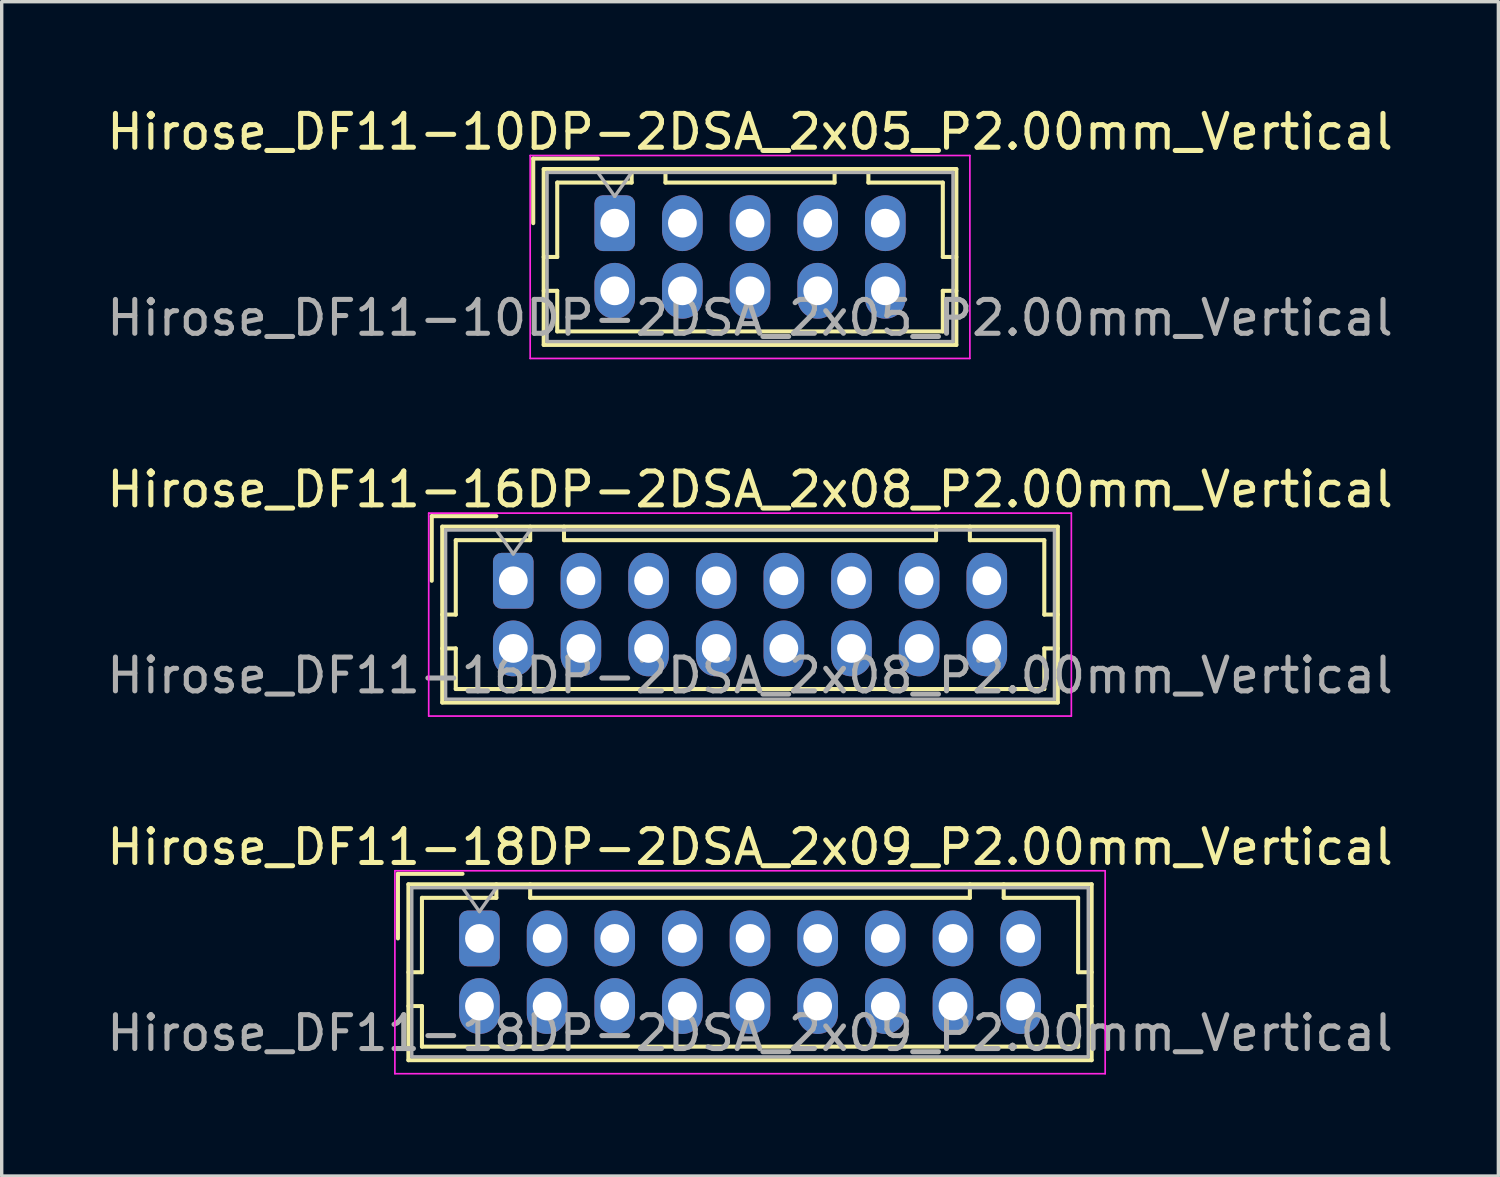
<source format=kicad_pcb>
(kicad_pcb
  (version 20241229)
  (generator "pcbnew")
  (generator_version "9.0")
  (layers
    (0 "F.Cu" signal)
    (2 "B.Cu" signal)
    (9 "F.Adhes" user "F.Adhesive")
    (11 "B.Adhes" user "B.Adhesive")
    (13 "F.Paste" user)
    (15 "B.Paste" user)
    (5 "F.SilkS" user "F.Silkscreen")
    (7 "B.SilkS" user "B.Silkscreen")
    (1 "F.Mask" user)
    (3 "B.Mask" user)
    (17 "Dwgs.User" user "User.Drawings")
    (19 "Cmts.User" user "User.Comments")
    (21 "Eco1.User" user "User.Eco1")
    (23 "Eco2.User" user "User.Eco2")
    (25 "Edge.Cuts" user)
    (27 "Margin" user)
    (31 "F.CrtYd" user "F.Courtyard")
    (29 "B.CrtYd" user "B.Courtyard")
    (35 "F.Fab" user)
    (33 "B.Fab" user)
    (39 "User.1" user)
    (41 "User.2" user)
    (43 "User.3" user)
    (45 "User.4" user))
  (footprint "Hirose_DF11-18DP-2DSA_2x09_P2.00mm_Vertical"
    (layer "F.Cu")
    (at 11.125 24.695)
    (property "Reference" "Hirose_DF11-18DP-2DSA_2x09_P2.00mm_Vertical" (at 8 -2.7 0) (layer "F.SilkS") (effects (font (size 1 1) (thickness 0.15))))
    (attr through_hole)
    (fp_line (start -2.41 -1.91) (end -0.5 -1.91) (stroke (width 0.12) (type solid)) (layer "F.SilkS"))
    (fp_line (start -2.41 0) (end -2.41 -1.91) (stroke (width 0.12) (type solid)) (layer "F.SilkS"))
    (fp_line (start -2.1 -1.6) (end -2.1 3.6) (stroke (width 0.12) (type solid)) (layer "F.SilkS"))
    (fp_line (start -2.1 1) (end -1.7 1) (stroke (width 0.12) (type solid)) (layer "F.SilkS"))
    (fp_line (start -2.1 2) (end -1.7 2) (stroke (width 0.12) (type solid)) (layer "F.SilkS"))
    (fp_line (start -2.1 3.6) (end 18.1 3.6) (stroke (width 0.12) (type solid)) (layer "F.SilkS"))
    (fp_line (start -1.7 -1.2) (end 0.5 -1.2) (stroke (width 0.12) (type solid)) (layer "F.SilkS"))
    (fp_line (start -1.7 1) (end -1.7 -1.2) (stroke (width 0.12) (type solid)) (layer "F.SilkS"))
    (fp_line (start -1.7 2) (end -1.7 3.2) (stroke (width 0.12) (type solid)) (layer "F.SilkS"))
    (fp_line (start -1.7 3.2) (end 17.7 3.2) (stroke (width 0.12) (type solid)) (layer "F.SilkS"))
    (fp_line (start 0.5 -1.2) (end 0.5 -1.6) (stroke (width 0.12) (type solid)) (layer "F.SilkS"))
    (fp_line (start 1.5 -1.6) (end 1.5 -1.2) (stroke (width 0.12) (type solid)) (layer "F.SilkS"))
    (fp_line (start 1.5 -1.2) (end 14.5 -1.2) (stroke (width 0.12) (type solid)) (layer "F.SilkS"))
    (fp_line (start 14.5 -1.2) (end 14.5 -1.6) (stroke (width 0.12) (type solid)) (layer "F.SilkS"))
    (fp_line (start 15.5 -1.2) (end 15.5 -1.6) (stroke (width 0.12) (type solid)) (layer "F.SilkS"))
    (fp_line (start 17.7 -1.2) (end 15.5 -1.2) (stroke (width 0.12) (type solid)) (layer "F.SilkS"))
    (fp_line (start 17.7 1) (end 17.7 -1.2) (stroke (width 0.12) (type solid)) (layer "F.SilkS"))
    (fp_line (start 17.7 2) (end 18.1 2) (stroke (width 0.12) (type solid)) (layer "F.SilkS"))
    (fp_line (start 17.7 3.2) (end 17.7 2) (stroke (width 0.12) (type solid)) (layer "F.SilkS"))
    (fp_line (start 18.1 -1.6) (end -2.1 -1.6) (stroke (width 0.12) (type solid)) (layer "F.SilkS"))
    (fp_line (start 18.1 1) (end 17.7 1) (stroke (width 0.12) (type solid)) (layer "F.SilkS"))
    (fp_line (start 18.1 3.6) (end 18.1 -1.6) (stroke (width 0.12) (type solid)) (layer "F.SilkS"))
    (fp_line (start -2.5 -2) (end -2.5 4) (stroke (width 0.05) (type solid)) (layer "F.CrtYd"))
    (fp_line (start -2.5 4) (end 18.5 4) (stroke (width 0.05) (type solid)) (layer "F.CrtYd"))
    (fp_line (start 18.5 -2) (end -2.5 -2) (stroke (width 0.05) (type solid)) (layer "F.CrtYd"))
    (fp_line (start 18.5 4) (end 18.5 -2) (stroke (width 0.05) (type solid)) (layer "F.CrtYd"))
    (fp_line (start -2 -1.5) (end -2 3.5) (stroke (width 0.1) (type solid)) (layer "F.Fab"))
    (fp_line (start -2 3.5) (end 18 3.5) (stroke (width 0.1) (type solid)) (layer "F.Fab"))
    (fp_line (start -0.5 -1.5) (end 0 -0.793) (stroke (width 0.1) (type solid)) (layer "F.Fab"))
    (fp_line (start 0 -0.793) (end 0.5 -1.5) (stroke (width 0.1) (type solid)) (layer "F.Fab"))
    (fp_line (start 18 -1.5) (end -2 -1.5) (stroke (width 0.1) (type solid)) (layer "F.Fab"))
    (fp_line (start 18 3.5) (end 18 -1.5) (stroke (width 0.1) (type solid)) (layer "F.Fab"))
    (fp_text user "${REFERENCE}" (at 8 2.8 0) (layer "F.Fab") (effects (font (size 1 1) (thickness 0.15))))
    (pad "1" thru_hole roundrect (at 0 0) (size 1.2 1.65) (drill 0.85) (layers "*.Cu" "*.Mask") (roundrect_rratio 0.208))
    (pad "2" thru_hole oval (at 0 2) (size 1.2 1.65) (drill 0.85) (layers "*.Cu" "*.Mask"))
    (pad "3" thru_hole oval (at 2 0) (size 1.2 1.65) (drill 0.85) (layers "*.Cu" "*.Mask"))
    (pad "4" thru_hole oval (at 2 2) (size 1.2 1.65) (drill 0.85) (layers "*.Cu" "*.Mask"))
    (pad "5" thru_hole oval (at 4 0) (size 1.2 1.65) (drill 0.85) (layers "*.Cu" "*.Mask"))
    (pad "6" thru_hole oval (at 4 2) (size 1.2 1.65) (drill 0.85) (layers "*.Cu" "*.Mask"))
    (pad "7" thru_hole oval (at 6 0) (size 1.2 1.65) (drill 0.85) (layers "*.Cu" "*.Mask"))
    (pad "8" thru_hole oval (at 6 2) (size 1.2 1.65) (drill 0.85) (layers "*.Cu" "*.Mask"))
    (pad "9" thru_hole oval (at 8 0) (size 1.2 1.65) (drill 0.85) (layers "*.Cu" "*.Mask"))
    (pad "10" thru_hole oval (at 8 2) (size 1.2 1.65) (drill 0.85) (layers "*.Cu" "*.Mask"))
    (pad "11" thru_hole oval (at 10 0) (size 1.2 1.65) (drill 0.85) (layers "*.Cu" "*.Mask"))
    (pad "12" thru_hole oval (at 10 2) (size 1.2 1.65) (drill 0.85) (layers "*.Cu" "*.Mask"))
    (pad "13" thru_hole oval (at 12 0) (size 1.2 1.65) (drill 0.85) (layers "*.Cu" "*.Mask"))
    (pad "14" thru_hole oval (at 12 2) (size 1.2 1.65) (drill 0.85) (layers "*.Cu" "*.Mask"))
    (pad "15" thru_hole oval (at 14 0) (size 1.2 1.65) (drill 0.85) (layers "*.Cu" "*.Mask"))
    (pad "16" thru_hole oval (at 14 2) (size 1.2 1.65) (drill 0.85) (layers "*.Cu" "*.Mask"))
    (pad "17" thru_hole oval (at 16 0) (size 1.2 1.65) (drill 0.85) (layers "*.Cu" "*.Mask"))
    (pad "18" thru_hole oval (at 16 2) (size 1.2 1.65) (drill 0.85) (layers "*.Cu" "*.Mask")))
  (footprint "Hirose_DF11-10DP-2DSA_2x05_P2.00mm_Vertical"
    (layer "F.Cu")
    (at 15.125 3.548)
    (property "Reference" "Hirose_DF11-10DP-2DSA_2x05_P2.00mm_Vertical" (at 4 -2.7 0) (layer "F.SilkS") (effects (font (size 1 1) (thickness 0.15))))
    (attr through_hole)
    (fp_line (start -2.41 -1.91) (end -0.5 -1.91) (stroke (width 0.12) (type solid)) (layer "F.SilkS"))
    (fp_line (start -2.41 0) (end -2.41 -1.91) (stroke (width 0.12) (type solid)) (layer "F.SilkS"))
    (fp_line (start -2.1 -1.6) (end -2.1 3.6) (stroke (width 0.12) (type solid)) (layer "F.SilkS"))
    (fp_line (start -2.1 1) (end -1.7 1) (stroke (width 0.12) (type solid)) (layer "F.SilkS"))
    (fp_line (start -2.1 2) (end -1.7 2) (stroke (width 0.12) (type solid)) (layer "F.SilkS"))
    (fp_line (start -2.1 3.6) (end 10.1 3.6) (stroke (width 0.12) (type solid)) (layer "F.SilkS"))
    (fp_line (start -1.7 -1.2) (end 0.5 -1.2) (stroke (width 0.12) (type solid)) (layer "F.SilkS"))
    (fp_line (start -1.7 1) (end -1.7 -1.2) (stroke (width 0.12) (type solid)) (layer "F.SilkS"))
    (fp_line (start -1.7 2) (end -1.7 3.2) (stroke (width 0.12) (type solid)) (layer "F.SilkS"))
    (fp_line (start -1.7 3.2) (end 9.7 3.2) (stroke (width 0.12) (type solid)) (layer "F.SilkS"))
    (fp_line (start 0.5 -1.2) (end 0.5 -1.6) (stroke (width 0.12) (type solid)) (layer "F.SilkS"))
    (fp_line (start 1.5 -1.6) (end 1.5 -1.2) (stroke (width 0.12) (type solid)) (layer "F.SilkS"))
    (fp_line (start 1.5 -1.2) (end 6.5 -1.2) (stroke (width 0.12) (type solid)) (layer "F.SilkS"))
    (fp_line (start 6.5 -1.2) (end 6.5 -1.6) (stroke (width 0.12) (type solid)) (layer "F.SilkS"))
    (fp_line (start 7.5 -1.2) (end 7.5 -1.6) (stroke (width 0.12) (type solid)) (layer "F.SilkS"))
    (fp_line (start 9.7 -1.2) (end 7.5 -1.2) (stroke (width 0.12) (type solid)) (layer "F.SilkS"))
    (fp_line (start 9.7 1) (end 9.7 -1.2) (stroke (width 0.12) (type solid)) (layer "F.SilkS"))
    (fp_line (start 9.7 2) (end 10.1 2) (stroke (width 0.12) (type solid)) (layer "F.SilkS"))
    (fp_line (start 9.7 3.2) (end 9.7 2) (stroke (width 0.12) (type solid)) (layer "F.SilkS"))
    (fp_line (start 10.1 -1.6) (end -2.1 -1.6) (stroke (width 0.12) (type solid)) (layer "F.SilkS"))
    (fp_line (start 10.1 1) (end 9.7 1) (stroke (width 0.12) (type solid)) (layer "F.SilkS"))
    (fp_line (start 10.1 3.6) (end 10.1 -1.6) (stroke (width 0.12) (type solid)) (layer "F.SilkS"))
    (fp_line (start -2.5 -2) (end -2.5 4) (stroke (width 0.05) (type solid)) (layer "F.CrtYd"))
    (fp_line (start -2.5 4) (end 10.5 4) (stroke (width 0.05) (type solid)) (layer "F.CrtYd"))
    (fp_line (start 10.5 -2) (end -2.5 -2) (stroke (width 0.05) (type solid)) (layer "F.CrtYd"))
    (fp_line (start 10.5 4) (end 10.5 -2) (stroke (width 0.05) (type solid)) (layer "F.CrtYd"))
    (fp_line (start -2 -1.5) (end -2 3.5) (stroke (width 0.1) (type solid)) (layer "F.Fab"))
    (fp_line (start -2 3.5) (end 10 3.5) (stroke (width 0.1) (type solid)) (layer "F.Fab"))
    (fp_line (start -0.5 -1.5) (end 0 -0.793) (stroke (width 0.1) (type solid)) (layer "F.Fab"))
    (fp_line (start 0 -0.793) (end 0.5 -1.5) (stroke (width 0.1) (type solid)) (layer "F.Fab"))
    (fp_line (start 10 -1.5) (end -2 -1.5) (stroke (width 0.1) (type solid)) (layer "F.Fab"))
    (fp_line (start 10 3.5) (end 10 -1.5) (stroke (width 0.1) (type solid)) (layer "F.Fab"))
    (fp_text user "${REFERENCE}" (at 4 2.8 0) (layer "F.Fab") (effects (font (size 1 1) (thickness 0.15))))
    (pad "1" thru_hole roundrect (at 0 0) (size 1.2 1.65) (drill 0.85) (layers "*.Cu" "*.Mask") (roundrect_rratio 0.208))
    (pad "2" thru_hole oval (at 0 2) (size 1.2 1.65) (drill 0.85) (layers "*.Cu" "*.Mask"))
    (pad "3" thru_hole oval (at 2 0) (size 1.2 1.65) (drill 0.85) (layers "*.Cu" "*.Mask"))
    (pad "4" thru_hole oval (at 2 2) (size 1.2 1.65) (drill 0.85) (layers "*.Cu" "*.Mask"))
    (pad "5" thru_hole oval (at 4 0) (size 1.2 1.65) (drill 0.85) (layers "*.Cu" "*.Mask"))
    (pad "6" thru_hole oval (at 4 2) (size 1.2 1.65) (drill 0.85) (layers "*.Cu" "*.Mask"))
    (pad "7" thru_hole oval (at 6 0) (size 1.2 1.65) (drill 0.85) (layers "*.Cu" "*.Mask"))
    (pad "8" thru_hole oval (at 6 2) (size 1.2 1.65) (drill 0.85) (layers "*.Cu" "*.Mask"))
    (pad "9" thru_hole oval (at 8 0) (size 1.2 1.65) (drill 0.85) (layers "*.Cu" "*.Mask"))
    (pad "10" thru_hole oval (at 8 2) (size 1.2 1.65) (drill 0.85) (layers "*.Cu" "*.Mask")))
  (footprint "Hirose_DF11-16DP-2DSA_2x08_P2.00mm_Vertical"
    (layer "F.Cu")
    (at 12.125 14.121)
    (property "Reference" "Hirose_DF11-16DP-2DSA_2x08_P2.00mm_Vertical" (at 7 -2.7 0) (layer "F.SilkS") (effects (font (size 1 1) (thickness 0.15))))
    (attr through_hole)
    (fp_line (start -2.41 -1.91) (end -0.5 -1.91) (stroke (width 0.12) (type solid)) (layer "F.SilkS"))
    (fp_line (start -2.41 0) (end -2.41 -1.91) (stroke (width 0.12) (type solid)) (layer "F.SilkS"))
    (fp_line (start -2.1 -1.6) (end -2.1 3.6) (stroke (width 0.12) (type solid)) (layer "F.SilkS"))
    (fp_line (start -2.1 1) (end -1.7 1) (stroke (width 0.12) (type solid)) (layer "F.SilkS"))
    (fp_line (start -2.1 2) (end -1.7 2) (stroke (width 0.12) (type solid)) (layer "F.SilkS"))
    (fp_line (start -2.1 3.6) (end 16.1 3.6) (stroke (width 0.12) (type solid)) (layer "F.SilkS"))
    (fp_line (start -1.7 -1.2) (end 0.5 -1.2) (stroke (width 0.12) (type solid)) (layer "F.SilkS"))
    (fp_line (start -1.7 1) (end -1.7 -1.2) (stroke (width 0.12) (type solid)) (layer "F.SilkS"))
    (fp_line (start -1.7 2) (end -1.7 3.2) (stroke (width 0.12) (type solid)) (layer "F.SilkS"))
    (fp_line (start -1.7 3.2) (end 15.7 3.2) (stroke (width 0.12) (type solid)) (layer "F.SilkS"))
    (fp_line (start 0.5 -1.2) (end 0.5 -1.6) (stroke (width 0.12) (type solid)) (layer "F.SilkS"))
    (fp_line (start 1.5 -1.6) (end 1.5 -1.2) (stroke (width 0.12) (type solid)) (layer "F.SilkS"))
    (fp_line (start 1.5 -1.2) (end 12.5 -1.2) (stroke (width 0.12) (type solid)) (layer "F.SilkS"))
    (fp_line (start 12.5 -1.2) (end 12.5 -1.6) (stroke (width 0.12) (type solid)) (layer "F.SilkS"))
    (fp_line (start 13.5 -1.2) (end 13.5 -1.6) (stroke (width 0.12) (type solid)) (layer "F.SilkS"))
    (fp_line (start 15.7 -1.2) (end 13.5 -1.2) (stroke (width 0.12) (type solid)) (layer "F.SilkS"))
    (fp_line (start 15.7 1) (end 15.7 -1.2) (stroke (width 0.12) (type solid)) (layer "F.SilkS"))
    (fp_line (start 15.7 2) (end 16.1 2) (stroke (width 0.12) (type solid)) (layer "F.SilkS"))
    (fp_line (start 15.7 3.2) (end 15.7 2) (stroke (width 0.12) (type solid)) (layer "F.SilkS"))
    (fp_line (start 16.1 -1.6) (end -2.1 -1.6) (stroke (width 0.12) (type solid)) (layer "F.SilkS"))
    (fp_line (start 16.1 1) (end 15.7 1) (stroke (width 0.12) (type solid)) (layer "F.SilkS"))
    (fp_line (start 16.1 3.6) (end 16.1 -1.6) (stroke (width 0.12) (type solid)) (layer "F.SilkS"))
    (fp_line (start -2.5 -2) (end -2.5 4) (stroke (width 0.05) (type solid)) (layer "F.CrtYd"))
    (fp_line (start -2.5 4) (end 16.5 4) (stroke (width 0.05) (type solid)) (layer "F.CrtYd"))
    (fp_line (start 16.5 -2) (end -2.5 -2) (stroke (width 0.05) (type solid)) (layer "F.CrtYd"))
    (fp_line (start 16.5 4) (end 16.5 -2) (stroke (width 0.05) (type solid)) (layer "F.CrtYd"))
    (fp_line (start -2 -1.5) (end -2 3.5) (stroke (width 0.1) (type solid)) (layer "F.Fab"))
    (fp_line (start -2 3.5) (end 16 3.5) (stroke (width 0.1) (type solid)) (layer "F.Fab"))
    (fp_line (start -0.5 -1.5) (end 0 -0.793) (stroke (width 0.1) (type solid)) (layer "F.Fab"))
    (fp_line (start 0 -0.793) (end 0.5 -1.5) (stroke (width 0.1) (type solid)) (layer "F.Fab"))
    (fp_line (start 16 -1.5) (end -2 -1.5) (stroke (width 0.1) (type solid)) (layer "F.Fab"))
    (fp_line (start 16 3.5) (end 16 -1.5) (stroke (width 0.1) (type solid)) (layer "F.Fab"))
    (fp_text user "${REFERENCE}" (at 7 2.8 0) (layer "F.Fab") (effects (font (size 1 1) (thickness 0.15))))
    (pad "1" thru_hole roundrect (at 0 0) (size 1.2 1.65) (drill 0.85) (layers "*.Cu" "*.Mask") (roundrect_rratio 0.208))
    (pad "2" thru_hole oval (at 0 2) (size 1.2 1.65) (drill 0.85) (layers "*.Cu" "*.Mask"))
    (pad "3" thru_hole oval (at 2 0) (size 1.2 1.65) (drill 0.85) (layers "*.Cu" "*.Mask"))
    (pad "4" thru_hole oval (at 2 2) (size 1.2 1.65) (drill 0.85) (layers "*.Cu" "*.Mask"))
    (pad "5" thru_hole oval (at 4 0) (size 1.2 1.65) (drill 0.85) (layers "*.Cu" "*.Mask"))
    (pad "6" thru_hole oval (at 4 2) (size 1.2 1.65) (drill 0.85) (layers "*.Cu" "*.Mask"))
    (pad "7" thru_hole oval (at 6 0) (size 1.2 1.65) (drill 0.85) (layers "*.Cu" "*.Mask"))
    (pad "8" thru_hole oval (at 6 2) (size 1.2 1.65) (drill 0.85) (layers "*.Cu" "*.Mask"))
    (pad "9" thru_hole oval (at 8 0) (size 1.2 1.65) (drill 0.85) (layers "*.Cu" "*.Mask"))
    (pad "10" thru_hole oval (at 8 2) (size 1.2 1.65) (drill 0.85) (layers "*.Cu" "*.Mask"))
    (pad "11" thru_hole oval (at 10 0) (size 1.2 1.65) (drill 0.85) (layers "*.Cu" "*.Mask"))
    (pad "12" thru_hole oval (at 10 2) (size 1.2 1.65) (drill 0.85) (layers "*.Cu" "*.Mask"))
    (pad "13" thru_hole oval (at 12 0) (size 1.2 1.65) (drill 0.85) (layers "*.Cu" "*.Mask"))
    (pad "14" thru_hole oval (at 12 2) (size 1.2 1.65) (drill 0.85) (layers "*.Cu" "*.Mask"))
    (pad "15" thru_hole oval (at 14 0) (size 1.2 1.65) (drill 0.85) (layers "*.Cu" "*.Mask"))
    (pad "16" thru_hole oval (at 14 2) (size 1.2 1.65) (drill 0.85) (layers "*.Cu" "*.Mask")))
  (gr_rect
    (start -3 -3)
    (end 41.25 31.72)
    (stroke (width 0.1) (type default))
    (fill no)
    (layer "Edge.Cuts")))
</source>
